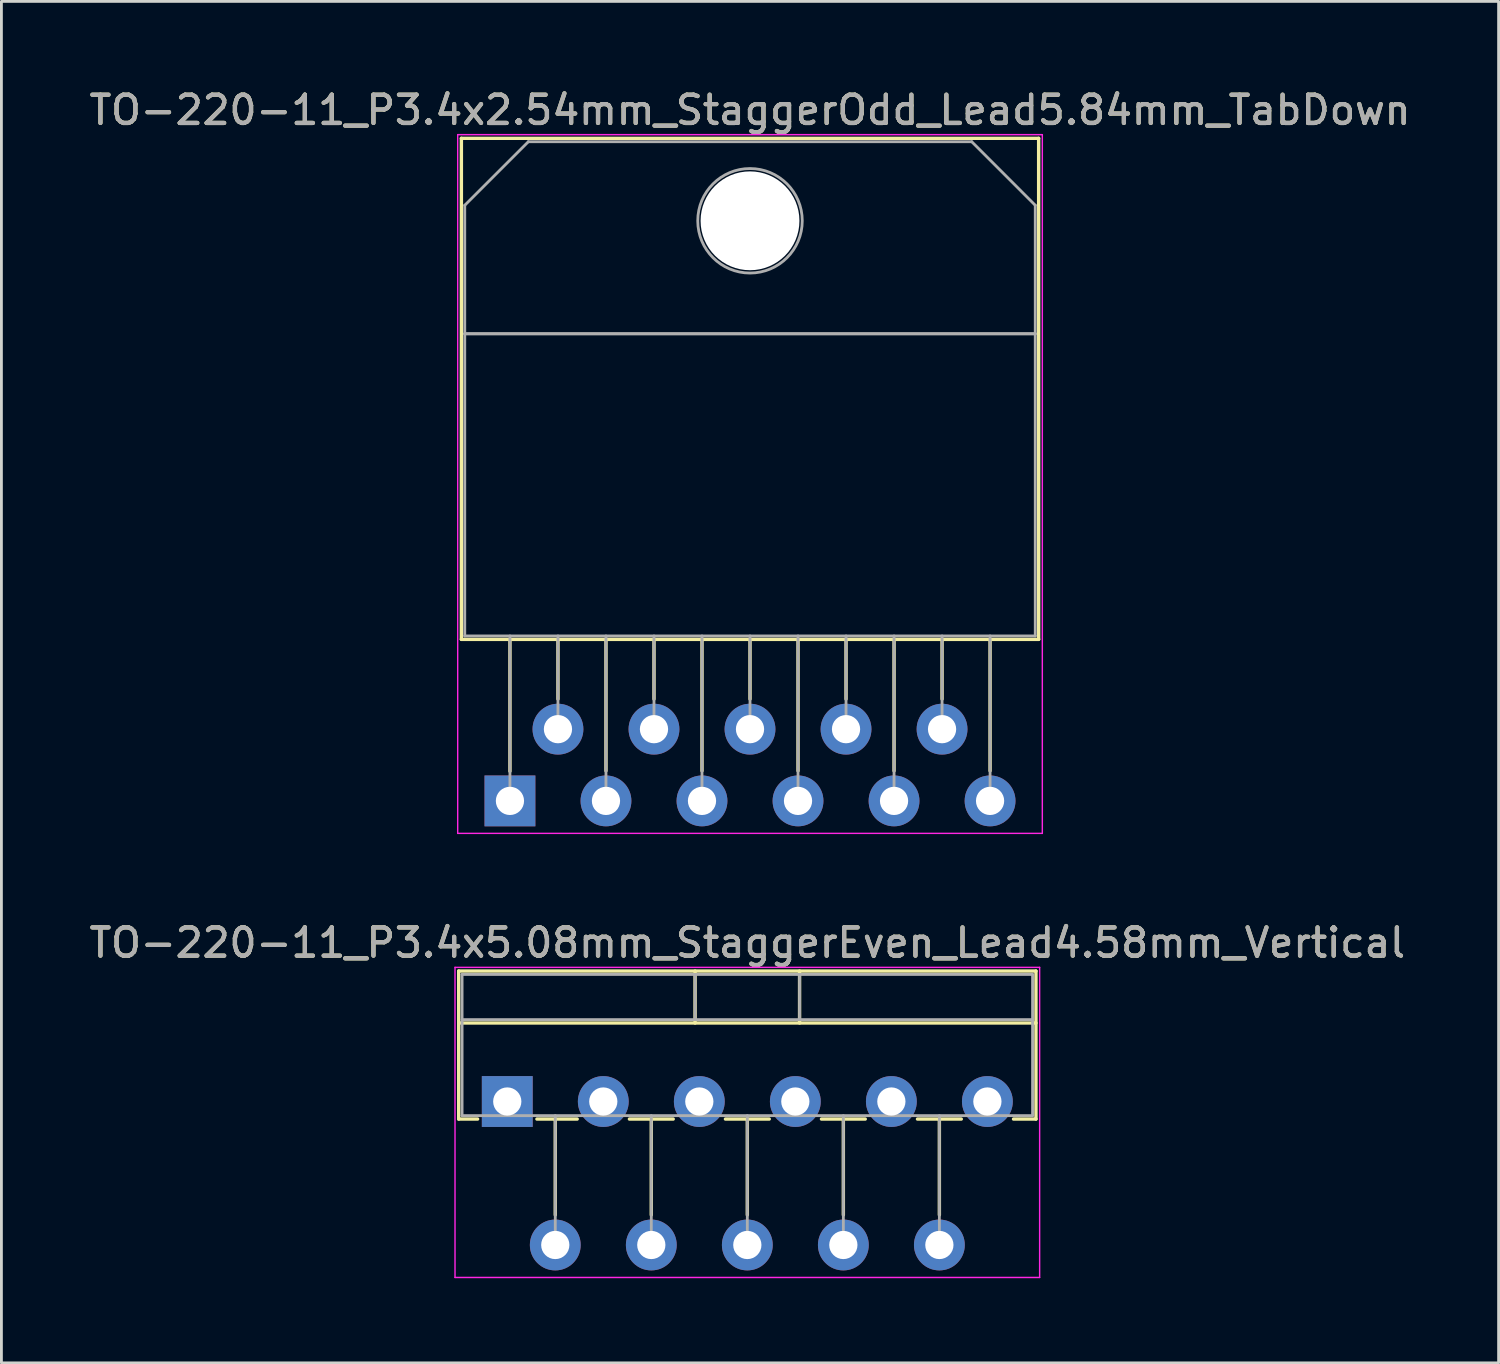
<source format=kicad_pcb>
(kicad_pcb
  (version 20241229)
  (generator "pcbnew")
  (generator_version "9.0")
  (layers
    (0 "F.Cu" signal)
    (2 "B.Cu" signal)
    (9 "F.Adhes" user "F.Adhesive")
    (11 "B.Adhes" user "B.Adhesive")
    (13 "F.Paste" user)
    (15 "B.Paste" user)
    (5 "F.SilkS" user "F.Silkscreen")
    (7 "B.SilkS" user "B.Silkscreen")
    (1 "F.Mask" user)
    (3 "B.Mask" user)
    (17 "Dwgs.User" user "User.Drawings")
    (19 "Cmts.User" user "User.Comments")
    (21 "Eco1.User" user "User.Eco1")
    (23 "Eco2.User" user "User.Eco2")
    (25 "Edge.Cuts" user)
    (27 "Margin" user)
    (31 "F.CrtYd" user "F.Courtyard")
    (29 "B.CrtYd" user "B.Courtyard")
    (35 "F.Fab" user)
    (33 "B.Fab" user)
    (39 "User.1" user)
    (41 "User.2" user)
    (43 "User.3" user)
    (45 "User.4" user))
  (footprint "TO-220-11_P3.4x2.54mm_StaggerOdd_Lead5.84mm_TabDown"
    (layer "F.Cu")
    (at 15.006 25.308)
    (property "Reference" "TO-220-11_P3.4x2.54mm_StaggerOdd_Lead5.84mm_TabDown" (at 8.5 -24.46 0) (layer "F.SilkS") (effects (font (size 1 1) (thickness 0.15))))
    (attr through_hole)
    (fp_line (start -1.72 -23.46) (end -1.72 -5.72) (stroke (width 0.12) (type solid)) (layer "F.SilkS"))
    (fp_line (start -1.72 -23.46) (end 18.72 -23.46) (stroke (width 0.12) (type solid)) (layer "F.SilkS"))
    (fp_line (start -1.72 -5.72) (end 18.72 -5.72) (stroke (width 0.12) (type solid)) (layer "F.SilkS"))
    (fp_line (start 0 -5.72) (end 0 -1.05) (stroke (width 0.12) (type solid)) (layer "F.SilkS"))
    (fp_line (start 1.7 -5.72) (end 1.7 -3.606) (stroke (width 0.12) (type solid)) (layer "F.SilkS"))
    (fp_line (start 3.4 -5.72) (end 3.4 -1.065) (stroke (width 0.12) (type solid)) (layer "F.SilkS"))
    (fp_line (start 5.1 -5.72) (end 5.1 -3.606) (stroke (width 0.12) (type solid)) (layer "F.SilkS"))
    (fp_line (start 6.8 -5.72) (end 6.8 -1.065) (stroke (width 0.12) (type solid)) (layer "F.SilkS"))
    (fp_line (start 8.5 -5.72) (end 8.5 -3.606) (stroke (width 0.12) (type solid)) (layer "F.SilkS"))
    (fp_line (start 10.2 -5.72) (end 10.2 -1.065) (stroke (width 0.12) (type solid)) (layer "F.SilkS"))
    (fp_line (start 11.9 -5.72) (end 11.9 -3.606) (stroke (width 0.12) (type solid)) (layer "F.SilkS"))
    (fp_line (start 13.6 -5.72) (end 13.6 -1.065) (stroke (width 0.12) (type solid)) (layer "F.SilkS"))
    (fp_line (start 15.3 -5.72) (end 15.3 -3.606) (stroke (width 0.12) (type solid)) (layer "F.SilkS"))
    (fp_line (start 17 -5.72) (end 17 -1.065) (stroke (width 0.12) (type solid)) (layer "F.SilkS"))
    (fp_line (start 18.72 -23.46) (end 18.72 -5.72) (stroke (width 0.12) (type solid)) (layer "F.SilkS"))
    (fp_line (start -1.85 -23.59) (end -1.85 1.15) (stroke (width 0.05) (type solid)) (layer "F.CrtYd"))
    (fp_line (start -1.85 1.15) (end 18.85 1.15) (stroke (width 0.05) (type solid)) (layer "F.CrtYd"))
    (fp_line (start 18.85 -23.59) (end -1.85 -23.59) (stroke (width 0.05) (type solid)) (layer "F.CrtYd"))
    (fp_line (start 18.85 1.15) (end 18.85 -23.59) (stroke (width 0.05) (type solid)) (layer "F.CrtYd"))
    (fp_line (start -1.6 -21.09) (end 0.651 -23.34) (stroke (width 0.1) (type solid)) (layer "F.Fab"))
    (fp_line (start -1.6 -16.54) (end -1.6 -21.09) (stroke (width 0.1) (type solid)) (layer "F.Fab"))
    (fp_line (start -1.6 -16.54) (end 18.6 -16.54) (stroke (width 0.1) (type solid)) (layer "F.Fab"))
    (fp_line (start -1.6 -5.84) (end -1.6 -16.54) (stroke (width 0.1) (type solid)) (layer "F.Fab"))
    (fp_line (start 0 -5.84) (end 0 0) (stroke (width 0.1) (type solid)) (layer "F.Fab"))
    (fp_line (start 0.651 -23.34) (end 16.351 -23.34) (stroke (width 0.1) (type solid)) (layer "F.Fab"))
    (fp_line (start 1.7 -5.84) (end 1.7 -2.54) (stroke (width 0.1) (type solid)) (layer "F.Fab"))
    (fp_line (start 3.4 -5.84) (end 3.4 0) (stroke (width 0.1) (type solid)) (layer "F.Fab"))
    (fp_line (start 5.1 -5.84) (end 5.1 -2.54) (stroke (width 0.1) (type solid)) (layer "F.Fab"))
    (fp_line (start 6.8 -5.84) (end 6.8 0) (stroke (width 0.1) (type solid)) (layer "F.Fab"))
    (fp_line (start 8.5 -5.84) (end 8.5 -2.54) (stroke (width 0.1) (type solid)) (layer "F.Fab"))
    (fp_line (start 10.2 -5.84) (end 10.2 0) (stroke (width 0.1) (type solid)) (layer "F.Fab"))
    (fp_line (start 11.9 -5.84) (end 11.9 -2.54) (stroke (width 0.1) (type solid)) (layer "F.Fab"))
    (fp_line (start 13.6 -5.84) (end 13.6 0) (stroke (width 0.1) (type solid)) (layer "F.Fab"))
    (fp_line (start 15.3 -5.84) (end 15.3 -2.54) (stroke (width 0.1) (type solid)) (layer "F.Fab"))
    (fp_line (start 16.351 -23.34) (end 18.6 -21.09) (stroke (width 0.1) (type solid)) (layer "F.Fab"))
    (fp_line (start 17 -5.84) (end 17 0) (stroke (width 0.1) (type solid)) (layer "F.Fab"))
    (fp_line (start 18.6 -21.09) (end 18.6 -16.54) (stroke (width 0.1) (type solid)) (layer "F.Fab"))
    (fp_line (start 18.6 -16.54) (end -1.6 -16.54) (stroke (width 0.1) (type solid)) (layer "F.Fab"))
    (fp_line (start 18.6 -16.54) (end 18.6 -5.84) (stroke (width 0.1) (type solid)) (layer "F.Fab"))
    (fp_line (start 18.6 -5.84) (end -1.6 -5.84) (stroke (width 0.1) (type solid)) (layer "F.Fab"))
    (fp_circle (center 8.5 -20.54) (end 10.35 -20.54) (stroke (width 0.1) (type solid)) (fill no) (layer "F.Fab"))
    (fp_text user "${REFERENCE}" (at 8.5 -24.46 0) (layer "F.Fab") (effects (font (size 1 1) (thickness 0.15))))
    (pad "" np_thru_hole oval (at 8.5 -20.54) (size 3.5 3.5) (drill 3.5) (layers "*.Cu" "*.Mask"))
    (pad "1" thru_hole rect (at 0 0) (size 1.8 1.8) (drill 1) (layers "*.Cu" "*.Mask"))
    (pad "2" thru_hole oval (at 1.7 -2.54) (size 1.8 1.8) (drill 1) (layers "*.Cu" "*.Mask"))
    (pad "3" thru_hole oval (at 3.4 0) (size 1.8 1.8) (drill 1) (layers "*.Cu" "*.Mask"))
    (pad "4" thru_hole oval (at 5.1 -2.54) (size 1.8 1.8) (drill 1) (layers "*.Cu" "*.Mask"))
    (pad "5" thru_hole oval (at 6.8 0) (size 1.8 1.8) (drill 1) (layers "*.Cu" "*.Mask"))
    (pad "6" thru_hole oval (at 8.5 -2.54) (size 1.8 1.8) (drill 1) (layers "*.Cu" "*.Mask"))
    (pad "7" thru_hole oval (at 10.2 0) (size 1.8 1.8) (drill 1) (layers "*.Cu" "*.Mask"))
    (pad "8" thru_hole oval (at 11.9 -2.54) (size 1.8 1.8) (drill 1) (layers "*.Cu" "*.Mask"))
    (pad "9" thru_hole oval (at 13.6 0) (size 1.8 1.8) (drill 1) (layers "*.Cu" "*.Mask"))
    (pad "10" thru_hole oval (at 15.3 -2.54) (size 1.8 1.8) (drill 1) (layers "*.Cu" "*.Mask"))
    (pad "11" thru_hole oval (at 17 0) (size 1.8 1.8) (drill 1) (layers "*.Cu" "*.Mask")))
  (footprint "TO-220-11_P3.4x5.08mm_StaggerEven_Lead4.58mm_Vertical"
    (layer "F.Cu")
    (at 14.911 35.952)
    (property "Reference" "TO-220-11_P3.4x5.08mm_StaggerEven_Lead4.58mm_Vertical" (at 8.5 -5.62 0) (layer "F.SilkS") (effects (font (size 1 1) (thickness 0.15))))
    (attr through_hole)
    (fp_line (start -1.72 -4.62) (end -1.72 0.621) (stroke (width 0.12) (type solid)) (layer "F.SilkS"))
    (fp_line (start -1.72 -4.62) (end 18.72 -4.62) (stroke (width 0.12) (type solid)) (layer "F.SilkS"))
    (fp_line (start -1.72 -2.78) (end 18.72 -2.78) (stroke (width 0.12) (type solid)) (layer "F.SilkS"))
    (fp_line (start -1.72 0.621) (end -1.05 0.621) (stroke (width 0.12) (type solid)) (layer "F.SilkS"))
    (fp_line (start 1.05 0.621) (end 2.476 0.621) (stroke (width 0.12) (type solid)) (layer "F.SilkS"))
    (fp_line (start 1.7 0.621) (end 1.7 4.015) (stroke (width 0.12) (type solid)) (layer "F.SilkS"))
    (fp_line (start 4.325 0.621) (end 5.876 0.621) (stroke (width 0.12) (type solid)) (layer "F.SilkS"))
    (fp_line (start 5.1 0.621) (end 5.1 4.015) (stroke (width 0.12) (type solid)) (layer "F.SilkS"))
    (fp_line (start 6.65 -4.62) (end 6.65 -2.78) (stroke (width 0.12) (type solid)) (layer "F.SilkS"))
    (fp_line (start 7.725 0.621) (end 9.276 0.621) (stroke (width 0.12) (type solid)) (layer "F.SilkS"))
    (fp_line (start 8.5 0.621) (end 8.5 4.015) (stroke (width 0.12) (type solid)) (layer "F.SilkS"))
    (fp_line (start 10.35 -4.62) (end 10.35 -2.78) (stroke (width 0.12) (type solid)) (layer "F.SilkS"))
    (fp_line (start 11.125 0.621) (end 12.676 0.621) (stroke (width 0.12) (type solid)) (layer "F.SilkS"))
    (fp_line (start 11.9 0.621) (end 11.9 4.015) (stroke (width 0.12) (type solid)) (layer "F.SilkS"))
    (fp_line (start 14.525 0.621) (end 16.076 0.621) (stroke (width 0.12) (type solid)) (layer "F.SilkS"))
    (fp_line (start 15.3 0.621) (end 15.3 4.015) (stroke (width 0.12) (type solid)) (layer "F.SilkS"))
    (fp_line (start 17.925 0.621) (end 18.72 0.621) (stroke (width 0.12) (type solid)) (layer "F.SilkS"))
    (fp_line (start 18.72 -4.62) (end 18.72 0.621) (stroke (width 0.12) (type solid)) (layer "F.SilkS"))
    (fp_line (start -1.85 -4.75) (end -1.85 6.23) (stroke (width 0.05) (type solid)) (layer "F.CrtYd"))
    (fp_line (start -1.85 6.23) (end 18.85 6.23) (stroke (width 0.05) (type solid)) (layer "F.CrtYd"))
    (fp_line (start 18.85 -4.75) (end -1.85 -4.75) (stroke (width 0.05) (type solid)) (layer "F.CrtYd"))
    (fp_line (start 18.85 6.23) (end 18.85 -4.75) (stroke (width 0.05) (type solid)) (layer "F.CrtYd"))
    (fp_line (start -1.6 -4.5) (end -1.6 0.5) (stroke (width 0.1) (type solid)) (layer "F.Fab"))
    (fp_line (start -1.6 -2.9) (end 18.6 -2.9) (stroke (width 0.1) (type solid)) (layer "F.Fab"))
    (fp_line (start -1.6 0.5) (end 18.6 0.5) (stroke (width 0.1) (type solid)) (layer "F.Fab"))
    (fp_line (start 1.7 0.5) (end 1.7 5.08) (stroke (width 0.1) (type solid)) (layer "F.Fab"))
    (fp_line (start 5.1 0.5) (end 5.1 5.08) (stroke (width 0.1) (type solid)) (layer "F.Fab"))
    (fp_line (start 6.65 -4.5) (end 6.65 -2.9) (stroke (width 0.1) (type solid)) (layer "F.Fab"))
    (fp_line (start 8.5 0.5) (end 8.5 5.08) (stroke (width 0.1) (type solid)) (layer "F.Fab"))
    (fp_line (start 10.35 -4.5) (end 10.35 -2.9) (stroke (width 0.1) (type solid)) (layer "F.Fab"))
    (fp_line (start 11.9 0.5) (end 11.9 5.08) (stroke (width 0.1) (type solid)) (layer "F.Fab"))
    (fp_line (start 15.3 0.5) (end 15.3 5.08) (stroke (width 0.1) (type solid)) (layer "F.Fab"))
    (fp_line (start 18.6 -4.5) (end -1.6 -4.5) (stroke (width 0.1) (type solid)) (layer "F.Fab"))
    (fp_line (start 18.6 0.5) (end 18.6 -4.5) (stroke (width 0.1) (type solid)) (layer "F.Fab"))
    (fp_text user "${REFERENCE}" (at 8.5 -5.62 0) (layer "F.Fab") (effects (font (size 1 1) (thickness 0.15))))
    (pad "1" thru_hole rect (at 0 0) (size 1.8 1.8) (drill 1) (layers "*.Cu" "*.Mask"))
    (pad "2" thru_hole oval (at 1.7 5.08) (size 1.8 1.8) (drill 1) (layers "*.Cu" "*.Mask"))
    (pad "3" thru_hole oval (at 3.4 0) (size 1.8 1.8) (drill 1) (layers "*.Cu" "*.Mask"))
    (pad "4" thru_hole oval (at 5.1 5.08) (size 1.8 1.8) (drill 1) (layers "*.Cu" "*.Mask"))
    (pad "5" thru_hole oval (at 6.8 0) (size 1.8 1.8) (drill 1) (layers "*.Cu" "*.Mask"))
    (pad "6" thru_hole oval (at 8.5 5.08) (size 1.8 1.8) (drill 1) (layers "*.Cu" "*.Mask"))
    (pad "7" thru_hole oval (at 10.2 0) (size 1.8 1.8) (drill 1) (layers "*.Cu" "*.Mask"))
    (pad "8" thru_hole oval (at 11.9 5.08) (size 1.8 1.8) (drill 1) (layers "*.Cu" "*.Mask"))
    (pad "9" thru_hole oval (at 13.6 0) (size 1.8 1.8) (drill 1) (layers "*.Cu" "*.Mask"))
    (pad "10" thru_hole oval (at 15.3 5.08) (size 1.8 1.8) (drill 1) (layers "*.Cu" "*.Mask"))
    (pad "11" thru_hole oval (at 17 0) (size 1.8 1.8) (drill 1) (layers "*.Cu" "*.Mask")))
  (gr_rect
    (start -3 -3)
    (end 50.012 45.206)
    (stroke (width 0.1) (type default))
    (fill no)
    (layer "Edge.Cuts")))
</source>
